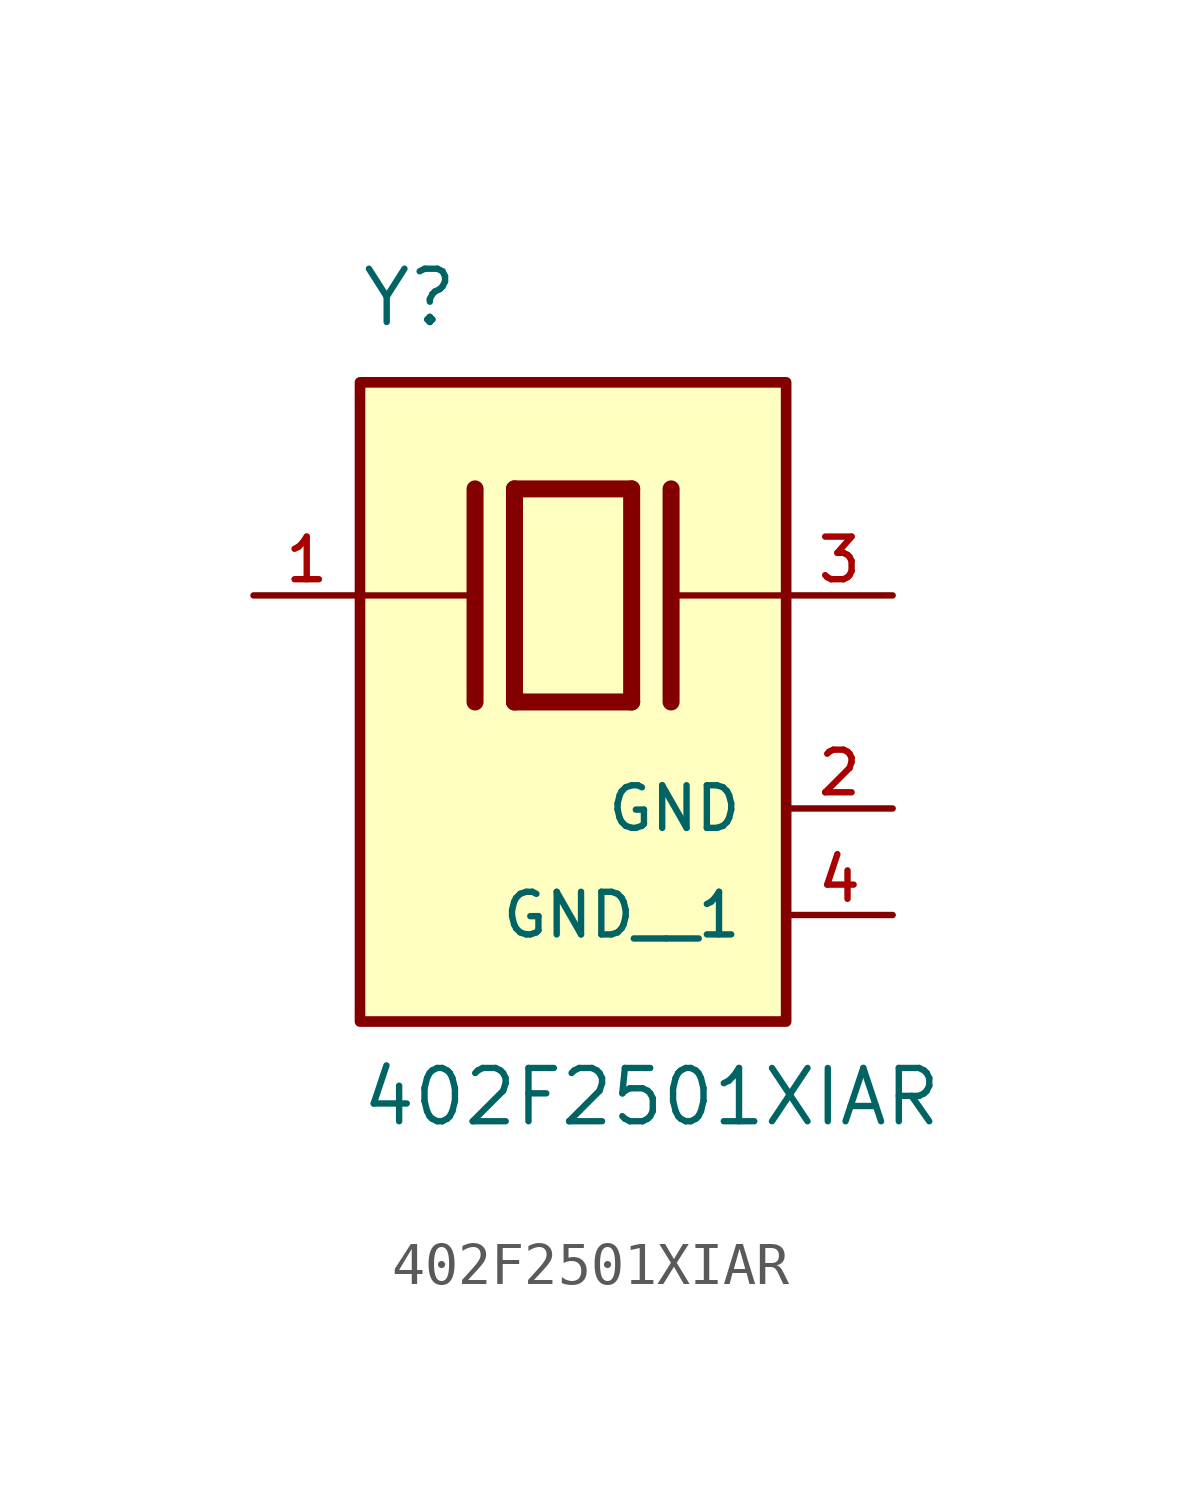
<source format=kicad_sym>
(kicad_symbol_lib
  (version 20211014)
  (generator kicad_symbol_editor)
  (symbol "402F2501XIAR"
    (pin_names
      (offset 1.016))
    (property "Reference" "Y"
      (at -5.088 6.356 0)
      (effects (font (size 1.27 1.27)) (justify bottom left)))
    (property "Value" "402F2501XIAR"
      (at -5.094 -12.7 0)
      (effects (font (size 1.27 1.27)) (justify bottom left)))
    (symbol "402F2501XIAR_0_0"
      (polyline (pts (xy -1.397 2.54) (xy 1.397 2.54)) (stroke (width 0.406)))
      (polyline (pts (xy 1.397 2.54) (xy 1.397 -2.54)) (stroke (width 0.406)))
      (polyline (pts (xy 1.397 -2.54) (xy -1.397 -2.54)) (stroke (width 0.406)))
      (polyline (pts (xy -1.397 2.54) (xy -1.397 -2.54)) (stroke (width 0.406)))
      (polyline (pts (xy 2.337 2.54) (xy 2.337 -2.54)) (stroke (width 0.406)))
      (polyline (pts (xy -2.337 2.54) (xy -2.337 -2.54)) (stroke (width 0.406)))
      (polyline (pts (xy -5.08 0.0) (xy -2.54 0.0)) (stroke (width 0.152)))
      (polyline (pts (xy 2.54 0.0) (xy 5.08 0.0)) (stroke (width 0.152)))
      (rectangle (start -5.08 -10.16) (end 5.08 5.08) (stroke (width 0.254)) (fill (type background)))
      (pin passive line (at 7.62 0.0 180.0) (length 2.54) (name "~" (effects (font (size 1.016 1.016)))) (number "3" (effects (font (size 1.016 1.016)))))
      (pin passive line (at -7.62 0.0 0) (length 2.54) (name "~" (effects (font (size 1.016 1.016)))) (number "1" (effects (font (size 1.016 1.016)))))
      (pin power_in line (at 7.62 -5.08 180.0) (length 2.54) (name "GND" (effects (font (size 1.016 1.016)))) (number "2" (effects (font (size 1.016 1.016)))))
      (pin power_in line (at 7.62 -7.62 180.0) (length 2.54) (name "GND__1" (effects (font (size 1.016 1.016)))) (number "4" (effects (font (size 1.016 1.016))))))))
</source>
